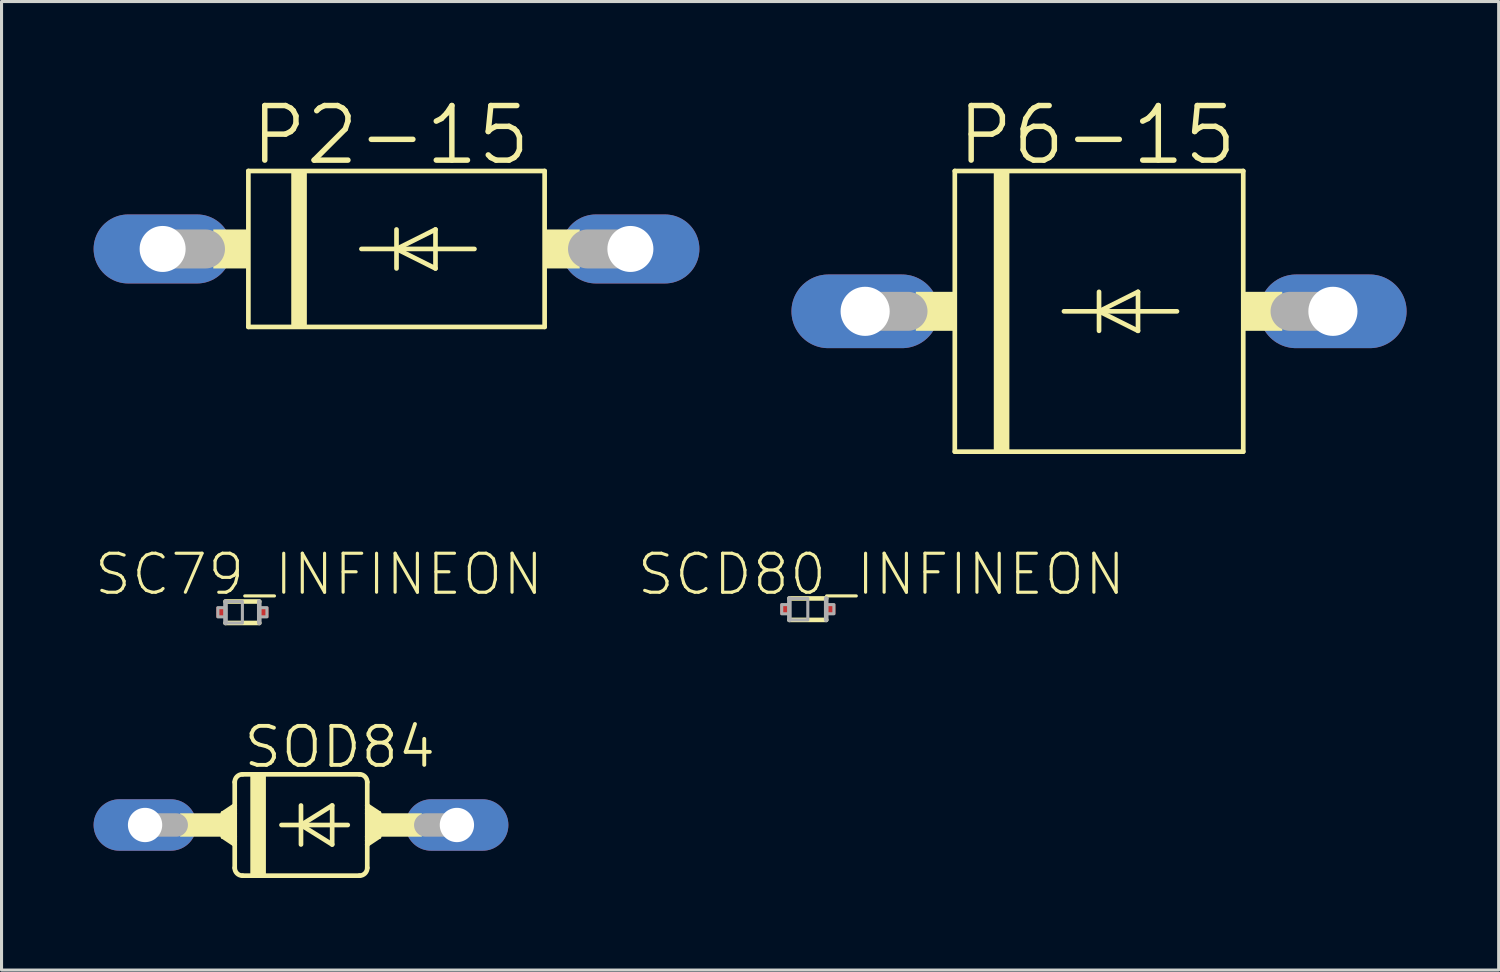
<source format=kicad_pcb>
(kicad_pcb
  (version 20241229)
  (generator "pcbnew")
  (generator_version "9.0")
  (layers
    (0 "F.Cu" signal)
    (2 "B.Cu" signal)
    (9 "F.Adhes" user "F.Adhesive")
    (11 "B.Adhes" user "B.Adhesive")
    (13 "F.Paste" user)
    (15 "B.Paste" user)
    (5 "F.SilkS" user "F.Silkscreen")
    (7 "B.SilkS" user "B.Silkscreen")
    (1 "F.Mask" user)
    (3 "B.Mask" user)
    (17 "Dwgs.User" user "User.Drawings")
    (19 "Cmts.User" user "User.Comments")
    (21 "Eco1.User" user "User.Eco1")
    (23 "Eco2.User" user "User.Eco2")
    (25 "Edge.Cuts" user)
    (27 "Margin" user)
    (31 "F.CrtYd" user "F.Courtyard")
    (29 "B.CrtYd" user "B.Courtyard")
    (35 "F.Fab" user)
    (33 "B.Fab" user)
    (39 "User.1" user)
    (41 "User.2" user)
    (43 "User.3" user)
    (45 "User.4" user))
  (footprint "P2-15"
    (layer "F.Cu")
    (at 9.868 5.061)
    (property "Reference" "P2-15" (at -0.186 -3.708 0) (layer "F.SilkS") (effects (font (size 1.778 1.778) (thickness 0.178))))
    (attr through_hole)
    (fp_line (start -4.826 -2.54) (end 4.826 -2.54) (stroke (width 0.152) (type solid)) (layer "F.SilkS"))
    (fp_line (start -4.826 2.54) (end -4.826 -2.54) (stroke (width 0.152) (type solid)) (layer "F.SilkS"))
    (fp_line (start -1.143 0) (end 0 0) (stroke (width 0.152) (type solid)) (layer "F.SilkS"))
    (fp_line (start 0 -0.635) (end 0 0) (stroke (width 0.152) (type solid)) (layer "F.SilkS"))
    (fp_line (start 0 0) (end 0 0.635) (stroke (width 0.152) (type solid)) (layer "F.SilkS"))
    (fp_line (start 0 0) (end 1.27 -0.635) (stroke (width 0.152) (type solid)) (layer "F.SilkS"))
    (fp_line (start 0 0) (end 2.54 0) (stroke (width 0.152) (type solid)) (layer "F.SilkS"))
    (fp_line (start 1.27 -0.635) (end 1.27 0.635) (stroke (width 0.152) (type solid)) (layer "F.SilkS"))
    (fp_line (start 1.27 0.635) (end 0 0) (stroke (width 0.152) (type solid)) (layer "F.SilkS"))
    (fp_line (start 4.826 -2.54) (end 4.826 2.54) (stroke (width 0.152) (type solid)) (layer "F.SilkS"))
    (fp_line (start 4.826 2.54) (end -4.826 2.54) (stroke (width 0.152) (type solid)) (layer "F.SilkS"))
    (fp_poly (pts (xy -5.969 -0.635) (xy -4.826 -0.635) (xy -4.826 0.635) (xy -5.969 0.635)) (stroke (width 0) (type solid)) (fill yes) (layer "F.SilkS"))
    (fp_poly (pts (xy -3.429 -2.54) (xy -2.921 -2.54) (xy -2.921 2.54) (xy -3.429 2.54)) (stroke (width 0) (type solid)) (fill yes) (layer "F.SilkS"))
    (fp_poly (pts (xy 4.826 -0.635) (xy 5.969 -0.635) (xy 5.969 0.635) (xy 4.826 0.635)) (stroke (width 0) (type solid)) (fill yes) (layer "F.SilkS"))
    (fp_line (start -7.62 0) (end -6.223 0) (stroke (width 1.27) (type solid)) (layer "F.Fab"))
    (fp_line (start 7.62 0) (end 6.223 0) (stroke (width 1.27) (type solid)) (layer "F.Fab"))
    (pad "A" thru_hole oval (at 7.62 0) (size 4.496 2.248) (drill 1.499) (layers "*.Cu" "*.Mask"))
    (pad "C" thru_hole oval (at -7.62 0) (size 4.496 2.248) (drill 1.499) (layers "*.Cu" "*.Mask")))
  (footprint "SOD84"
    (layer "F.Cu")
    (at 6.756 23.828)
    (property "Reference" "SOD84" (at 1.264 -2.54 0) (layer "F.SilkS") (effects (font (size 1.27 1.27) (thickness 0.127))))
    (attr through_hole)
    (fp_line (start -2.54 -0.381) (end -2.54 0.381) (stroke (width 0.152) (type solid)) (layer "F.SilkS"))
    (fp_line (start -2.54 -0.381) (end -2.413 -0.381) (stroke (width 0.152) (type solid)) (layer "F.SilkS"))
    (fp_line (start -2.54 0.381) (end -2.413 0.381) (stroke (width 0.152) (type solid)) (layer "F.SilkS"))
    (fp_line (start -2.54 0.381) (end -2.159 0.635) (stroke (width 0.152) (type solid)) (layer "F.SilkS"))
    (fp_line (start -2.413 -0.381) (end -2.159 -0.381) (stroke (width 0.152) (type solid)) (layer "F.SilkS"))
    (fp_line (start -2.413 0.381) (end -2.159 0.381) (stroke (width 0.152) (type solid)) (layer "F.SilkS"))
    (fp_line (start -2.159 -0.635) (end -2.54 -0.381) (stroke (width 0.152) (type solid)) (layer "F.SilkS"))
    (fp_line (start -2.159 -0.635) (end -2.159 -1.397) (stroke (width 0.152) (type solid)) (layer "F.SilkS"))
    (fp_line (start -2.159 -0.635) (end -2.159 -0.508) (stroke (width 0.152) (type solid)) (layer "F.SilkS"))
    (fp_line (start -2.159 -0.508) (end -2.413 -0.381) (stroke (width 0.152) (type solid)) (layer "F.SilkS"))
    (fp_line (start -2.159 -0.508) (end -2.159 -0.381) (stroke (width 0.152) (type solid)) (layer "F.SilkS"))
    (fp_line (start -2.159 -0.381) (end -2.159 0.381) (stroke (width 0.152) (type solid)) (layer "F.SilkS"))
    (fp_line (start -2.159 0.381) (end -2.159 0.508) (stroke (width 0.152) (type solid)) (layer "F.SilkS"))
    (fp_line (start -2.159 0.508) (end -2.413 0.381) (stroke (width 0.152) (type solid)) (layer "F.SilkS"))
    (fp_line (start -2.159 0.508) (end -2.159 0.635) (stroke (width 0.152) (type solid)) (layer "F.SilkS"))
    (fp_line (start -2.159 0.635) (end -2.159 1.397) (stroke (width 0.152) (type solid)) (layer "F.SilkS"))
    (fp_line (start -1.905 -1.651) (end 1.905 -1.651) (stroke (width 0.152) (type solid)) (layer "F.SilkS"))
    (fp_line (start -1.905 1.651) (end 1.905 1.651) (stroke (width 0.152) (type solid)) (layer "F.SilkS"))
    (fp_line (start -0.635 0) (end 0 0) (stroke (width 0.152) (type solid)) (layer "F.SilkS"))
    (fp_line (start 0 -0.635) (end 0 0) (stroke (width 0.152) (type solid)) (layer "F.SilkS"))
    (fp_line (start 0 0) (end 0 0.635) (stroke (width 0.152) (type solid)) (layer "F.SilkS"))
    (fp_line (start 0 0) (end 1.016 -0.635) (stroke (width 0.152) (type solid)) (layer "F.SilkS"))
    (fp_line (start 0 0) (end 1.524 0) (stroke (width 0.152) (type solid)) (layer "F.SilkS"))
    (fp_line (start 1.016 -0.635) (end 1.016 0.635) (stroke (width 0.152) (type solid)) (layer "F.SilkS"))
    (fp_line (start 1.016 0.635) (end 0 0) (stroke (width 0.152) (type solid)) (layer "F.SilkS"))
    (fp_line (start 2.159 -0.635) (end 2.159 -1.397) (stroke (width 0.152) (type solid)) (layer "F.SilkS"))
    (fp_line (start 2.159 -0.635) (end 2.54 -0.381) (stroke (width 0.152) (type solid)) (layer "F.SilkS"))
    (fp_line (start 2.159 -0.508) (end 2.159 -0.635) (stroke (width 0.152) (type solid)) (layer "F.SilkS"))
    (fp_line (start 2.159 -0.508) (end 2.413 -0.381) (stroke (width 0.152) (type solid)) (layer "F.SilkS"))
    (fp_line (start 2.159 -0.381) (end 2.159 -0.508) (stroke (width 0.152) (type solid)) (layer "F.SilkS"))
    (fp_line (start 2.159 0.381) (end 2.159 -0.381) (stroke (width 0.152) (type solid)) (layer "F.SilkS"))
    (fp_line (start 2.159 0.508) (end 2.159 0.381) (stroke (width 0.152) (type solid)) (layer "F.SilkS"))
    (fp_line (start 2.159 0.508) (end 2.413 0.381) (stroke (width 0.152) (type solid)) (layer "F.SilkS"))
    (fp_line (start 2.159 0.635) (end 2.159 0.508) (stroke (width 0.152) (type solid)) (layer "F.SilkS"))
    (fp_line (start 2.159 0.635) (end 2.159 1.397) (stroke (width 0.152) (type solid)) (layer "F.SilkS"))
    (fp_line (start 2.159 0.635) (end 2.54 0.381) (stroke (width 0.152) (type solid)) (layer "F.SilkS"))
    (fp_line (start 2.413 -0.381) (end 2.159 -0.381) (stroke (width 0.152) (type solid)) (layer "F.SilkS"))
    (fp_line (start 2.413 0.381) (end 2.159 0.381) (stroke (width 0.152) (type solid)) (layer "F.SilkS"))
    (fp_line (start 2.54 -0.381) (end 2.413 -0.381) (stroke (width 0.152) (type solid)) (layer "F.SilkS"))
    (fp_line (start 2.54 -0.381) (end 2.54 0.381) (stroke (width 0.152) (type solid)) (layer "F.SilkS"))
    (fp_line (start 2.54 0.381) (end 2.413 0.381) (stroke (width 0.152) (type solid)) (layer "F.SilkS"))
    (fp_arc (start -2.159 -1.397) (mid -2.084605 -1.576605) (end -1.905 -1.651) (stroke (width 0.1524) (type solid)) (layer "F.SilkS"))
    (fp_arc (start -1.905 1.651) (mid -2.084605 1.576605) (end -2.159 1.397) (stroke (width 0.1524) (type solid)) (layer "F.SilkS"))
    (fp_arc (start 1.905 -1.651) (mid 2.084605 -1.576605) (end 2.159 -1.397) (stroke (width 0.1524) (type solid)) (layer "F.SilkS"))
    (fp_arc (start 2.159 1.397) (mid 2.084605 1.576605) (end 1.905 1.651) (stroke (width 0.1524) (type solid)) (layer "F.SilkS"))
    (fp_poly (pts (xy -3.937 -0.381) (xy -2.159 -0.381) (xy -2.159 0.381) (xy -3.937 0.381)) (stroke (width 0) (type solid)) (fill yes) (layer "F.SilkS"))
    (fp_poly (pts (xy -1.651 -1.651) (xy -1.143 -1.651) (xy -1.143 1.651) (xy -1.651 1.651)) (stroke (width 0) (type solid)) (fill yes) (layer "F.SilkS"))
    (fp_poly (pts (xy 2.159 -0.381) (xy 3.937 -0.381) (xy 3.937 0.381) (xy 2.159 0.381)) (stroke (width 0) (type solid)) (fill yes) (layer "F.SilkS"))
    (fp_line (start -5.08 0) (end -4.064 0) (stroke (width 0.762) (type solid)) (layer "F.Fab"))
    (fp_line (start 5.08 0) (end 4.064 0) (stroke (width 0.762) (type solid)) (layer "F.Fab"))
    (pad "A" thru_hole oval (at 5.08 0) (size 3.353 1.676) (drill 1.118) (layers "*.Cu" "*.Mask"))
    (pad "C" thru_hole oval (at -5.08 0) (size 3.353 1.676) (drill 1.118) (layers "*.Cu" "*.Mask")))
  (footprint "SC79_INFINEON"
    (layer "F.Cu")
    (at 4.847 16.897)
    (property "Reference" "SC79_INFINEON" (at 2.496 -1.235 0) (layer "F.SilkS") (effects (font (size 1.27 1.27) (thickness 0.102))))
    (attr through_hole)
    (fp_line (start -0.55 -0.35) (end 0.55 -0.35) (stroke (width 0.15) (type solid)) (layer "F.SilkS"))
    (fp_line (start 0.55 0.35) (end -0.55 0.35) (stroke (width 0.15) (type solid)) (layer "F.SilkS"))
    (fp_line (start -0.55 0.35) (end -0.55 -0.35) (stroke (width 0.15) (type solid)) (layer "F.Fab"))
    (fp_line (start 0.55 -0.35) (end 0.55 0.35) (stroke (width 0.15) (type solid)) (layer "F.Fab"))
    (fp_poly (pts (xy -0.8 -0.15) (xy -0.55 -0.15) (xy -0.55 0.15) (xy -0.8 0.15)) (stroke (width 0.1) (type solid)) (fill no) (layer "F.Fab"))
    (fp_poly (pts (xy -0.55 -0.35) (xy 0 -0.35) (xy 0 0.35) (xy -0.55 0.35)) (stroke (width 0.1) (type solid)) (fill no) (layer "F.Fab"))
    (fp_poly (pts (xy 0.55 -0.15) (xy 0.8 -0.15) (xy 0.8 0.15) (xy 0.55 0.15)) (stroke (width 0.1) (type solid)) (fill no) (layer "F.Fab"))
    (pad "A" smd rect (at 0.675 0) (size 0.35 0.35) (layers "F.Cu" "F.Mask" "F.Paste"))
    (pad "C" smd rect (at -0.675 0) (size 0.35 0.35) (layers "F.Cu" "F.Mask" "F.Paste")))
  (footprint "P6-15"
    (layer "F.Cu")
    (at 32.756 7.093)
    (property "Reference" "P6-15" (at -0.059 -5.74 0) (layer "F.SilkS") (effects (font (size 1.778 1.778) (thickness 0.178))))
    (attr through_hole)
    (fp_line (start -4.699 -4.572) (end 4.699 -4.572) (stroke (width 0.152) (type solid)) (layer "F.SilkS"))
    (fp_line (start -4.699 4.572) (end -4.699 -4.572) (stroke (width 0.152) (type solid)) (layer "F.SilkS"))
    (fp_line (start -1.143 0) (end 0 0) (stroke (width 0.152) (type solid)) (layer "F.SilkS"))
    (fp_line (start 0 -0.635) (end 0 0) (stroke (width 0.152) (type solid)) (layer "F.SilkS"))
    (fp_line (start 0 0) (end 0 0.635) (stroke (width 0.152) (type solid)) (layer "F.SilkS"))
    (fp_line (start 0 0) (end 1.27 -0.635) (stroke (width 0.152) (type solid)) (layer "F.SilkS"))
    (fp_line (start 0 0) (end 2.54 0) (stroke (width 0.152) (type solid)) (layer "F.SilkS"))
    (fp_line (start 1.27 -0.635) (end 1.27 0.635) (stroke (width 0.152) (type solid)) (layer "F.SilkS"))
    (fp_line (start 1.27 0.635) (end 0 0) (stroke (width 0.152) (type solid)) (layer "F.SilkS"))
    (fp_line (start 4.699 -4.572) (end 4.699 4.572) (stroke (width 0.152) (type solid)) (layer "F.SilkS"))
    (fp_line (start 4.699 4.572) (end -4.699 4.572) (stroke (width 0.152) (type solid)) (layer "F.SilkS"))
    (fp_poly (pts (xy -5.969 -0.635) (xy -4.699 -0.635) (xy -4.699 0.635) (xy -5.969 0.635)) (stroke (width 0) (type solid)) (fill yes) (layer "F.SilkS"))
    (fp_poly (pts (xy -3.429 -4.572) (xy -2.921 -4.572) (xy -2.921 4.572) (xy -3.429 4.572)) (stroke (width 0) (type solid)) (fill yes) (layer "F.SilkS"))
    (fp_poly (pts (xy 4.699 -0.635) (xy 5.969 -0.635) (xy 5.969 0.635) (xy 4.699 0.635)) (stroke (width 0) (type solid)) (fill yes) (layer "F.SilkS"))
    (fp_line (start -7.62 0) (end -6.223 0) (stroke (width 1.27) (type solid)) (layer "F.Fab"))
    (fp_line (start 7.62 0) (end 6.223 0) (stroke (width 1.27) (type solid)) (layer "F.Fab"))
    (pad "A" thru_hole oval (at 7.62 0) (size 4.801 2.4) (drill 1.6) (layers "*.Cu" "*.Mask"))
    (pad "C" thru_hole oval (at -7.62 0) (size 4.801 2.4) (drill 1.6) (layers "*.Cu" "*.Mask")))
  (footprint "SCD80_INFINEON"
    (layer "F.Cu")
    (at 23.268 16.797)
    (property "Reference" "SCD80_INFINEON" (at 2.396 -1.135 0) (layer "F.SilkS") (effects (font (size 1.27 1.27) (thickness 0.102))))
    (attr through_hole)
    (fp_line (start -0.6 0.35) (end 0.6 0.35) (stroke (width 0.15) (type solid)) (layer "F.SilkS"))
    (fp_line (start 0.6 -0.35) (end -0.6 -0.35) (stroke (width 0.15) (type solid)) (layer "F.SilkS"))
    (fp_line (start -0.6 -0.35) (end -0.6 0.35) (stroke (width 0.15) (type solid)) (layer "F.Fab"))
    (fp_line (start 0.6 0.35) (end 0.6 -0.35) (stroke (width 0.15) (type solid)) (layer "F.Fab"))
    (fp_poly (pts (xy -0.85 -0.15) (xy -0.6 -0.15) (xy -0.6 0.15) (xy -0.85 0.15)) (stroke (width 0.1) (type solid)) (fill no) (layer "F.Fab"))
    (fp_poly (pts (xy -0.6 -0.35) (xy 0 -0.35) (xy 0 0.35) (xy -0.6 0.35)) (stroke (width 0.1) (type solid)) (fill no) (layer "F.Fab"))
    (fp_poly (pts (xy 0.6 -0.15) (xy 0.85 -0.15) (xy 0.85 0.15) (xy 0.6 0.15)) (stroke (width 0.1) (type solid)) (fill no) (layer "F.Fab"))
    (pad "A" smd rect (at 0.725 0) (size 0.35 0.35) (layers "F.Cu" "F.Mask" "F.Paste"))
    (pad "C" smd rect (at -0.725 0) (size 0.35 0.35) (layers "F.Cu" "F.Mask" "F.Paste")))
  (gr_rect
    (start -3 -3)
    (end 45.776 28.555)
    (stroke (width 0.1) (type default))
    (fill no)
    (layer "Edge.Cuts")))
</source>
